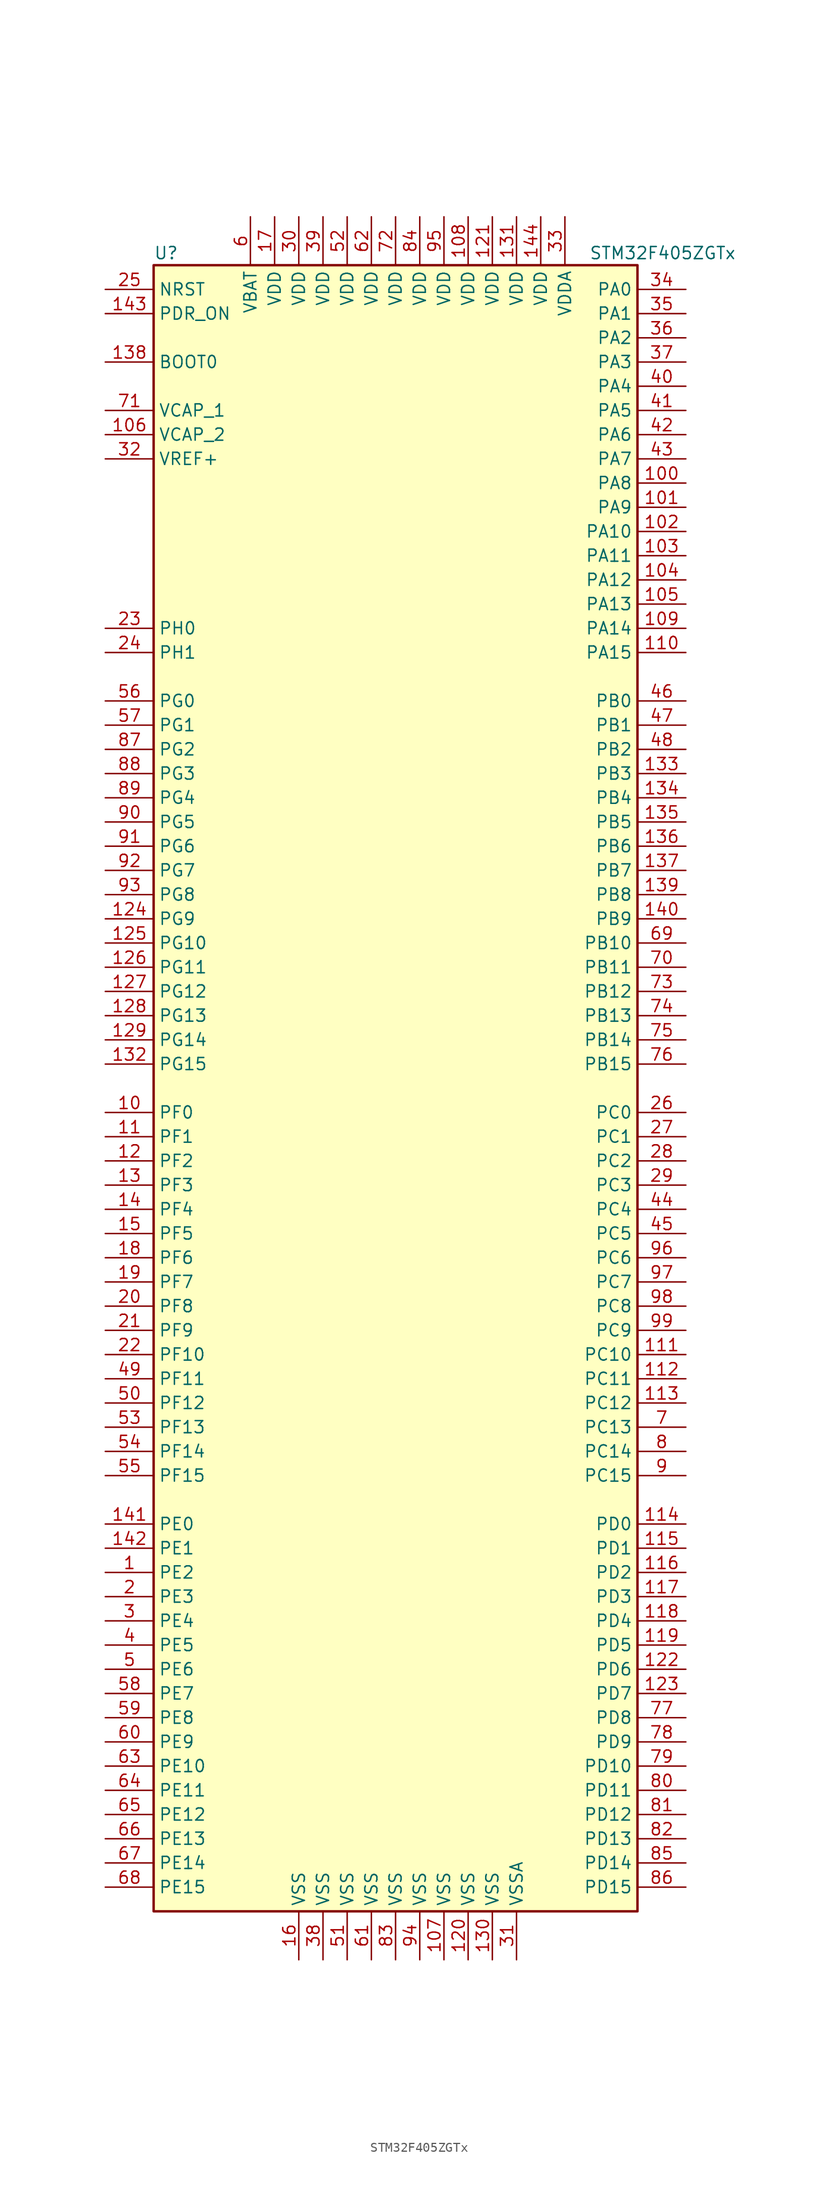
<source format=kicad_sym>
(kicad_symbol_lib
  (version 20220914)
  (generator kicad_symbol_editor)
  (symbol "STM32F405ZGTx"
    (property "Reference" "U"
      (at -25.4 87.63 0)
      (effects (font (size 1.27 1.27)) (justify left)))
    (property "Value" "STM32F405ZGTx"
      (at 20.32 87.63 0)
      (effects (font (size 1.27 1.27)) (justify left)))
    (symbol "STM32F405ZGTx_0_1"
      (rectangle (start -25.4 -86.36) (end 25.4 86.36) (stroke (width 0.254) (type default)) (fill (type background))))
    (symbol "STM32F405ZGTx_1_1"
      (pin bidirectional line (at -30.48 -50.8 0) (length 5.08) (name "PE2" (effects (font (size 1.27 1.27)))) (number "1" (effects (font (size 1.27 1.27)))))
      (pin bidirectional line (at -30.48 -2.54 0) (length 5.08) (name "PF0" (effects (font (size 1.27 1.27)))) (number "10" (effects (font (size 1.27 1.27)))))
      (pin bidirectional line (at 30.48 63.5 180) (length 5.08) (name "PA8" (effects (font (size 1.27 1.27)))) (number "100" (effects (font (size 1.27 1.27)))))
      (pin bidirectional line (at 30.48 60.96 180) (length 5.08) (name "PA9" (effects (font (size 1.27 1.27)))) (number "101" (effects (font (size 1.27 1.27)))))
      (pin bidirectional line (at 30.48 58.42 180) (length 5.08) (name "PA10" (effects (font (size 1.27 1.27)))) (number "102" (effects (font (size 1.27 1.27)))))
      (pin bidirectional line (at 30.48 55.88 180) (length 5.08) (name "PA11" (effects (font (size 1.27 1.27)))) (number "103" (effects (font (size 1.27 1.27)))))
      (pin bidirectional line (at 30.48 53.34 180) (length 5.08) (name "PA12" (effects (font (size 1.27 1.27)))) (number "104" (effects (font (size 1.27 1.27)))))
      (pin bidirectional line (at 30.48 50.8 180) (length 5.08) (name "PA13" (effects (font (size 1.27 1.27)))) (number "105" (effects (font (size 1.27 1.27)))))
      (pin power_in line (at -30.48 68.58 0) (length 5.08) (name "VCAP_2" (effects (font (size 1.27 1.27)))) (number "106" (effects (font (size 1.27 1.27)))))
      (pin power_in line (at 5.08 -91.44 90) (length 5.08) (name "VSS" (effects (font (size 1.27 1.27)))) (number "107" (effects (font (size 1.27 1.27)))))
      (pin power_in line (at 7.62 91.44 270) (length 5.08) (name "VDD" (effects (font (size 1.27 1.27)))) (number "108" (effects (font (size 1.27 1.27)))))
      (pin bidirectional line (at 30.48 48.26 180) (length 5.08) (name "PA14" (effects (font (size 1.27 1.27)))) (number "109" (effects (font (size 1.27 1.27)))))
      (pin bidirectional line (at -30.48 -5.08 0) (length 5.08) (name "PF1" (effects (font (size 1.27 1.27)))) (number "11" (effects (font (size 1.27 1.27)))))
      (pin bidirectional line (at 30.48 45.72 180) (length 5.08) (name "PA15" (effects (font (size 1.27 1.27)))) (number "110" (effects (font (size 1.27 1.27)))))
      (pin bidirectional line (at 30.48 -27.94 180) (length 5.08) (name "PC10" (effects (font (size 1.27 1.27)))) (number "111" (effects (font (size 1.27 1.27)))))
      (pin bidirectional line (at 30.48 -30.48 180) (length 5.08) (name "PC11" (effects (font (size 1.27 1.27)))) (number "112" (effects (font (size 1.27 1.27)))))
      (pin bidirectional line (at 30.48 -33.02 180) (length 5.08) (name "PC12" (effects (font (size 1.27 1.27)))) (number "113" (effects (font (size 1.27 1.27)))))
      (pin bidirectional line (at 30.48 -45.72 180) (length 5.08) (name "PD0" (effects (font (size 1.27 1.27)))) (number "114" (effects (font (size 1.27 1.27)))))
      (pin bidirectional line (at 30.48 -48.26 180) (length 5.08) (name "PD1" (effects (font (size 1.27 1.27)))) (number "115" (effects (font (size 1.27 1.27)))))
      (pin bidirectional line (at 30.48 -50.8 180) (length 5.08) (name "PD2" (effects (font (size 1.27 1.27)))) (number "116" (effects (font (size 1.27 1.27)))))
      (pin bidirectional line (at 30.48 -53.34 180) (length 5.08) (name "PD3" (effects (font (size 1.27 1.27)))) (number "117" (effects (font (size 1.27 1.27)))))
      (pin bidirectional line (at 30.48 -55.88 180) (length 5.08) (name "PD4" (effects (font (size 1.27 1.27)))) (number "118" (effects (font (size 1.27 1.27)))))
      (pin bidirectional line (at 30.48 -58.42 180) (length 5.08) (name "PD5" (effects (font (size 1.27 1.27)))) (number "119" (effects (font (size 1.27 1.27)))))
      (pin bidirectional line (at -30.48 -7.62 0) (length 5.08) (name "PF2" (effects (font (size 1.27 1.27)))) (number "12" (effects (font (size 1.27 1.27)))))
      (pin power_in line (at 7.62 -91.44 90) (length 5.08) (name "VSS" (effects (font (size 1.27 1.27)))) (number "120" (effects (font (size 1.27 1.27)))))
      (pin power_in line (at 10.16 91.44 270) (length 5.08) (name "VDD" (effects (font (size 1.27 1.27)))) (number "121" (effects (font (size 1.27 1.27)))))
      (pin bidirectional line (at 30.48 -60.96 180) (length 5.08) (name "PD6" (effects (font (size 1.27 1.27)))) (number "122" (effects (font (size 1.27 1.27)))))
      (pin bidirectional line (at 30.48 -63.5 180) (length 5.08) (name "PD7" (effects (font (size 1.27 1.27)))) (number "123" (effects (font (size 1.27 1.27)))))
      (pin bidirectional line (at -30.48 17.78 0) (length 5.08) (name "PG9" (effects (font (size 1.27 1.27)))) (number "124" (effects (font (size 1.27 1.27)))))
      (pin bidirectional line (at -30.48 15.24 0) (length 5.08) (name "PG10" (effects (font (size 1.27 1.27)))) (number "125" (effects (font (size 1.27 1.27)))))
      (pin bidirectional line (at -30.48 12.7 0) (length 5.08) (name "PG11" (effects (font (size 1.27 1.27)))) (number "126" (effects (font (size 1.27 1.27)))))
      (pin bidirectional line (at -30.48 10.16 0) (length 5.08) (name "PG12" (effects (font (size 1.27 1.27)))) (number "127" (effects (font (size 1.27 1.27)))))
      (pin bidirectional line (at -30.48 7.62 0) (length 5.08) (name "PG13" (effects (font (size 1.27 1.27)))) (number "128" (effects (font (size 1.27 1.27)))))
      (pin bidirectional line (at -30.48 5.08 0) (length 5.08) (name "PG14" (effects (font (size 1.27 1.27)))) (number "129" (effects (font (size 1.27 1.27)))))
      (pin bidirectional line (at -30.48 -10.16 0) (length 5.08) (name "PF3" (effects (font (size 1.27 1.27)))) (number "13" (effects (font (size 1.27 1.27)))))
      (pin power_in line (at 10.16 -91.44 90) (length 5.08) (name "VSS" (effects (font (size 1.27 1.27)))) (number "130" (effects (font (size 1.27 1.27)))))
      (pin power_in line (at 12.7 91.44 270) (length 5.08) (name "VDD" (effects (font (size 1.27 1.27)))) (number "131" (effects (font (size 1.27 1.27)))))
      (pin bidirectional line (at -30.48 2.54 0) (length 5.08) (name "PG15" (effects (font (size 1.27 1.27)))) (number "132" (effects (font (size 1.27 1.27)))))
      (pin bidirectional line (at 30.48 33.02 180) (length 5.08) (name "PB3" (effects (font (size 1.27 1.27)))) (number "133" (effects (font (size 1.27 1.27)))))
      (pin bidirectional line (at 30.48 30.48 180) (length 5.08) (name "PB4" (effects (font (size 1.27 1.27)))) (number "134" (effects (font (size 1.27 1.27)))))
      (pin bidirectional line (at 30.48 27.94 180) (length 5.08) (name "PB5" (effects (font (size 1.27 1.27)))) (number "135" (effects (font (size 1.27 1.27)))))
      (pin bidirectional line (at 30.48 25.4 180) (length 5.08) (name "PB6" (effects (font (size 1.27 1.27)))) (number "136" (effects (font (size 1.27 1.27)))))
      (pin bidirectional line (at 30.48 22.86 180) (length 5.08) (name "PB7" (effects (font (size 1.27 1.27)))) (number "137" (effects (font (size 1.27 1.27)))))
      (pin input line (at -30.48 76.2 0) (length 5.08) (name "BOOT0" (effects (font (size 1.27 1.27)))) (number "138" (effects (font (size 1.27 1.27)))))
      (pin bidirectional line (at 30.48 20.32 180) (length 5.08) (name "PB8" (effects (font (size 1.27 1.27)))) (number "139" (effects (font (size 1.27 1.27)))))
      (pin bidirectional line (at -30.48 -12.7 0) (length 5.08) (name "PF4" (effects (font (size 1.27 1.27)))) (number "14" (effects (font (size 1.27 1.27)))))
      (pin bidirectional line (at 30.48 17.78 180) (length 5.08) (name "PB9" (effects (font (size 1.27 1.27)))) (number "140" (effects (font (size 1.27 1.27)))))
      (pin bidirectional line (at -30.48 -45.72 0) (length 5.08) (name "PE0" (effects (font (size 1.27 1.27)))) (number "141" (effects (font (size 1.27 1.27)))))
      (pin bidirectional line (at -30.48 -48.26 0) (length 5.08) (name "PE1" (effects (font (size 1.27 1.27)))) (number "142" (effects (font (size 1.27 1.27)))))
      (pin input line (at -30.48 81.28 0) (length 5.08) (name "PDR_ON" (effects (font (size 1.27 1.27)))) (number "143" (effects (font (size 1.27 1.27)))))
      (pin power_in line (at 15.24 91.44 270) (length 5.08) (name "VDD" (effects (font (size 1.27 1.27)))) (number "144" (effects (font (size 1.27 1.27)))))
      (pin bidirectional line (at -30.48 -15.24 0) (length 5.08) (name "PF5" (effects (font (size 1.27 1.27)))) (number "15" (effects (font (size 1.27 1.27)))))
      (pin power_in line (at -10.16 -91.44 90) (length 5.08) (name "VSS" (effects (font (size 1.27 1.27)))) (number "16" (effects (font (size 1.27 1.27)))))
      (pin power_in line (at -12.7 91.44 270) (length 5.08) (name "VDD" (effects (font (size 1.27 1.27)))) (number "17" (effects (font (size 1.27 1.27)))))
      (pin bidirectional line (at -30.48 -17.78 0) (length 5.08) (name "PF6" (effects (font (size 1.27 1.27)))) (number "18" (effects (font (size 1.27 1.27)))))
      (pin bidirectional line (at -30.48 -20.32 0) (length 5.08) (name "PF7" (effects (font (size 1.27 1.27)))) (number "19" (effects (font (size 1.27 1.27)))))
      (pin bidirectional line (at -30.48 -53.34 0) (length 5.08) (name "PE3" (effects (font (size 1.27 1.27)))) (number "2" (effects (font (size 1.27 1.27)))))
      (pin bidirectional line (at -30.48 -22.86 0) (length 5.08) (name "PF8" (effects (font (size 1.27 1.27)))) (number "20" (effects (font (size 1.27 1.27)))))
      (pin bidirectional line (at -30.48 -25.4 0) (length 5.08) (name "PF9" (effects (font (size 1.27 1.27)))) (number "21" (effects (font (size 1.27 1.27)))))
      (pin bidirectional line (at -30.48 -27.94 0) (length 5.08) (name "PF10" (effects (font (size 1.27 1.27)))) (number "22" (effects (font (size 1.27 1.27)))))
      (pin input line (at -30.48 48.26 0) (length 5.08) (name "PH0" (effects (font (size 1.27 1.27)))) (number "23" (effects (font (size 1.27 1.27)))))
      (pin input line (at -30.48 45.72 0) (length 5.08) (name "PH1" (effects (font (size 1.27 1.27)))) (number "24" (effects (font (size 1.27 1.27)))))
      (pin input line (at -30.48 83.82 0) (length 5.08) (name "NRST" (effects (font (size 1.27 1.27)))) (number "25" (effects (font (size 1.27 1.27)))))
      (pin bidirectional line (at 30.48 -2.54 180) (length 5.08) (name "PC0" (effects (font (size 1.27 1.27)))) (number "26" (effects (font (size 1.27 1.27)))))
      (pin bidirectional line (at 30.48 -5.08 180) (length 5.08) (name "PC1" (effects (font (size 1.27 1.27)))) (number "27" (effects (font (size 1.27 1.27)))))
      (pin bidirectional line (at 30.48 -7.62 180) (length 5.08) (name "PC2" (effects (font (size 1.27 1.27)))) (number "28" (effects (font (size 1.27 1.27)))))
      (pin bidirectional line (at 30.48 -10.16 180) (length 5.08) (name "PC3" (effects (font (size 1.27 1.27)))) (number "29" (effects (font (size 1.27 1.27)))))
      (pin bidirectional line (at -30.48 -55.88 0) (length 5.08) (name "PE4" (effects (font (size 1.27 1.27)))) (number "3" (effects (font (size 1.27 1.27)))))
      (pin power_in line (at -10.16 91.44 270) (length 5.08) (name "VDD" (effects (font (size 1.27 1.27)))) (number "30" (effects (font (size 1.27 1.27)))))
      (pin power_in line (at 12.7 -91.44 90) (length 5.08) (name "VSSA" (effects (font (size 1.27 1.27)))) (number "31" (effects (font (size 1.27 1.27)))))
      (pin power_in line (at -30.48 66.04 0) (length 5.08) (name "VREF+" (effects (font (size 1.27 1.27)))) (number "32" (effects (font (size 1.27 1.27)))))
      (pin power_in line (at 17.78 91.44 270) (length 5.08) (name "VDDA" (effects (font (size 1.27 1.27)))) (number "33" (effects (font (size 1.27 1.27)))))
      (pin bidirectional line (at 30.48 83.82 180) (length 5.08) (name "PA0" (effects (font (size 1.27 1.27)))) (number "34" (effects (font (size 1.27 1.27)))))
      (pin bidirectional line (at 30.48 81.28 180) (length 5.08) (name "PA1" (effects (font (size 1.27 1.27)))) (number "35" (effects (font (size 1.27 1.27)))))
      (pin bidirectional line (at 30.48 78.74 180) (length 5.08) (name "PA2" (effects (font (size 1.27 1.27)))) (number "36" (effects (font (size 1.27 1.27)))))
      (pin bidirectional line (at 30.48 76.2 180) (length 5.08) (name "PA3" (effects (font (size 1.27 1.27)))) (number "37" (effects (font (size 1.27 1.27)))))
      (pin power_in line (at -7.62 -91.44 90) (length 5.08) (name "VSS" (effects (font (size 1.27 1.27)))) (number "38" (effects (font (size 1.27 1.27)))))
      (pin power_in line (at -7.62 91.44 270) (length 5.08) (name "VDD" (effects (font (size 1.27 1.27)))) (number "39" (effects (font (size 1.27 1.27)))))
      (pin bidirectional line (at -30.48 -58.42 0) (length 5.08) (name "PE5" (effects (font (size 1.27 1.27)))) (number "4" (effects (font (size 1.27 1.27)))))
      (pin bidirectional line (at 30.48 73.66 180) (length 5.08) (name "PA4" (effects (font (size 1.27 1.27)))) (number "40" (effects (font (size 1.27 1.27)))))
      (pin bidirectional line (at 30.48 71.12 180) (length 5.08) (name "PA5" (effects (font (size 1.27 1.27)))) (number "41" (effects (font (size 1.27 1.27)))))
      (pin bidirectional line (at 30.48 68.58 180) (length 5.08) (name "PA6" (effects (font (size 1.27 1.27)))) (number "42" (effects (font (size 1.27 1.27)))))
      (pin bidirectional line (at 30.48 66.04 180) (length 5.08) (name "PA7" (effects (font (size 1.27 1.27)))) (number "43" (effects (font (size 1.27 1.27)))))
      (pin bidirectional line (at 30.48 -12.7 180) (length 5.08) (name "PC4" (effects (font (size 1.27 1.27)))) (number "44" (effects (font (size 1.27 1.27)))))
      (pin bidirectional line (at 30.48 -15.24 180) (length 5.08) (name "PC5" (effects (font (size 1.27 1.27)))) (number "45" (effects (font (size 1.27 1.27)))))
      (pin bidirectional line (at 30.48 40.64 180) (length 5.08) (name "PB0" (effects (font (size 1.27 1.27)))) (number "46" (effects (font (size 1.27 1.27)))))
      (pin bidirectional line (at 30.48 38.1 180) (length 5.08) (name "PB1" (effects (font (size 1.27 1.27)))) (number "47" (effects (font (size 1.27 1.27)))))
      (pin bidirectional line (at 30.48 35.56 180) (length 5.08) (name "PB2" (effects (font (size 1.27 1.27)))) (number "48" (effects (font (size 1.27 1.27)))))
      (pin bidirectional line (at -30.48 -30.48 0) (length 5.08) (name "PF11" (effects (font (size 1.27 1.27)))) (number "49" (effects (font (size 1.27 1.27)))))
      (pin bidirectional line (at -30.48 -60.96 0) (length 5.08) (name "PE6" (effects (font (size 1.27 1.27)))) (number "5" (effects (font (size 1.27 1.27)))))
      (pin bidirectional line (at -30.48 -33.02 0) (length 5.08) (name "PF12" (effects (font (size 1.27 1.27)))) (number "50" (effects (font (size 1.27 1.27)))))
      (pin power_in line (at -5.08 -91.44 90) (length 5.08) (name "VSS" (effects (font (size 1.27 1.27)))) (number "51" (effects (font (size 1.27 1.27)))))
      (pin power_in line (at -5.08 91.44 270) (length 5.08) (name "VDD" (effects (font (size 1.27 1.27)))) (number "52" (effects (font (size 1.27 1.27)))))
      (pin bidirectional line (at -30.48 -35.56 0) (length 5.08) (name "PF13" (effects (font (size 1.27 1.27)))) (number "53" (effects (font (size 1.27 1.27)))))
      (pin bidirectional line (at -30.48 -38.1 0) (length 5.08) (name "PF14" (effects (font (size 1.27 1.27)))) (number "54" (effects (font (size 1.27 1.27)))))
      (pin bidirectional line (at -30.48 -40.64 0) (length 5.08) (name "PF15" (effects (font (size 1.27 1.27)))) (number "55" (effects (font (size 1.27 1.27)))))
      (pin bidirectional line (at -30.48 40.64 0) (length 5.08) (name "PG0" (effects (font (size 1.27 1.27)))) (number "56" (effects (font (size 1.27 1.27)))))
      (pin bidirectional line (at -30.48 38.1 0) (length 5.08) (name "PG1" (effects (font (size 1.27 1.27)))) (number "57" (effects (font (size 1.27 1.27)))))
      (pin bidirectional line (at -30.48 -63.5 0) (length 5.08) (name "PE7" (effects (font (size 1.27 1.27)))) (number "58" (effects (font (size 1.27 1.27)))))
      (pin bidirectional line (at -30.48 -66.04 0) (length 5.08) (name "PE8" (effects (font (size 1.27 1.27)))) (number "59" (effects (font (size 1.27 1.27)))))
      (pin power_in line (at -15.24 91.44 270) (length 5.08) (name "VBAT" (effects (font (size 1.27 1.27)))) (number "6" (effects (font (size 1.27 1.27)))))
      (pin bidirectional line (at -30.48 -68.58 0) (length 5.08) (name "PE9" (effects (font (size 1.27 1.27)))) (number "60" (effects (font (size 1.27 1.27)))))
      (pin power_in line (at -2.54 -91.44 90) (length 5.08) (name "VSS" (effects (font (size 1.27 1.27)))) (number "61" (effects (font (size 1.27 1.27)))))
      (pin power_in line (at -2.54 91.44 270) (length 5.08) (name "VDD" (effects (font (size 1.27 1.27)))) (number "62" (effects (font (size 1.27 1.27)))))
      (pin bidirectional line (at -30.48 -71.12 0) (length 5.08) (name "PE10" (effects (font (size 1.27 1.27)))) (number "63" (effects (font (size 1.27 1.27)))))
      (pin bidirectional line (at -30.48 -73.66 0) (length 5.08) (name "PE11" (effects (font (size 1.27 1.27)))) (number "64" (effects (font (size 1.27 1.27)))))
      (pin bidirectional line (at -30.48 -76.2 0) (length 5.08) (name "PE12" (effects (font (size 1.27 1.27)))) (number "65" (effects (font (size 1.27 1.27)))))
      (pin bidirectional line (at -30.48 -78.74 0) (length 5.08) (name "PE13" (effects (font (size 1.27 1.27)))) (number "66" (effects (font (size 1.27 1.27)))))
      (pin bidirectional line (at -30.48 -81.28 0) (length 5.08) (name "PE14" (effects (font (size 1.27 1.27)))) (number "67" (effects (font (size 1.27 1.27)))))
      (pin bidirectional line (at -30.48 -83.82 0) (length 5.08) (name "PE15" (effects (font (size 1.27 1.27)))) (number "68" (effects (font (size 1.27 1.27)))))
      (pin bidirectional line (at 30.48 15.24 180) (length 5.08) (name "PB10" (effects (font (size 1.27 1.27)))) (number "69" (effects (font (size 1.27 1.27)))))
      (pin bidirectional line (at 30.48 -35.56 180) (length 5.08) (name "PC13" (effects (font (size 1.27 1.27)))) (number "7" (effects (font (size 1.27 1.27)))))
      (pin bidirectional line (at 30.48 12.7 180) (length 5.08) (name "PB11" (effects (font (size 1.27 1.27)))) (number "70" (effects (font (size 1.27 1.27)))))
      (pin power_in line (at -30.48 71.12 0) (length 5.08) (name "VCAP_1" (effects (font (size 1.27 1.27)))) (number "71" (effects (font (size 1.27 1.27)))))
      (pin power_in line (at 0 91.44 270) (length 5.08) (name "VDD" (effects (font (size 1.27 1.27)))) (number "72" (effects (font (size 1.27 1.27)))))
      (pin bidirectional line (at 30.48 10.16 180) (length 5.08) (name "PB12" (effects (font (size 1.27 1.27)))) (number "73" (effects (font (size 1.27 1.27)))))
      (pin bidirectional line (at 30.48 7.62 180) (length 5.08) (name "PB13" (effects (font (size 1.27 1.27)))) (number "74" (effects (font (size 1.27 1.27)))))
      (pin bidirectional line (at 30.48 5.08 180) (length 5.08) (name "PB14" (effects (font (size 1.27 1.27)))) (number "75" (effects (font (size 1.27 1.27)))))
      (pin bidirectional line (at 30.48 2.54 180) (length 5.08) (name "PB15" (effects (font (size 1.27 1.27)))) (number "76" (effects (font (size 1.27 1.27)))))
      (pin bidirectional line (at 30.48 -66.04 180) (length 5.08) (name "PD8" (effects (font (size 1.27 1.27)))) (number "77" (effects (font (size 1.27 1.27)))))
      (pin bidirectional line (at 30.48 -68.58 180) (length 5.08) (name "PD9" (effects (font (size 1.27 1.27)))) (number "78" (effects (font (size 1.27 1.27)))))
      (pin bidirectional line (at 30.48 -71.12 180) (length 5.08) (name "PD10" (effects (font (size 1.27 1.27)))) (number "79" (effects (font (size 1.27 1.27)))))
      (pin bidirectional line (at 30.48 -38.1 180) (length 5.08) (name "PC14" (effects (font (size 1.27 1.27)))) (number "8" (effects (font (size 1.27 1.27)))))
      (pin bidirectional line (at 30.48 -73.66 180) (length 5.08) (name "PD11" (effects (font (size 1.27 1.27)))) (number "80" (effects (font (size 1.27 1.27)))))
      (pin bidirectional line (at 30.48 -76.2 180) (length 5.08) (name "PD12" (effects (font (size 1.27 1.27)))) (number "81" (effects (font (size 1.27 1.27)))))
      (pin bidirectional line (at 30.48 -78.74 180) (length 5.08) (name "PD13" (effects (font (size 1.27 1.27)))) (number "82" (effects (font (size 1.27 1.27)))))
      (pin power_in line (at 0 -91.44 90) (length 5.08) (name "VSS" (effects (font (size 1.27 1.27)))) (number "83" (effects (font (size 1.27 1.27)))))
      (pin power_in line (at 2.54 91.44 270) (length 5.08) (name "VDD" (effects (font (size 1.27 1.27)))) (number "84" (effects (font (size 1.27 1.27)))))
      (pin bidirectional line (at 30.48 -81.28 180) (length 5.08) (name "PD14" (effects (font (size 1.27 1.27)))) (number "85" (effects (font (size 1.27 1.27)))))
      (pin bidirectional line (at 30.48 -83.82 180) (length 5.08) (name "PD15" (effects (font (size 1.27 1.27)))) (number "86" (effects (font (size 1.27 1.27)))))
      (pin bidirectional line (at -30.48 35.56 0) (length 5.08) (name "PG2" (effects (font (size 1.27 1.27)))) (number "87" (effects (font (size 1.27 1.27)))))
      (pin bidirectional line (at -30.48 33.02 0) (length 5.08) (name "PG3" (effects (font (size 1.27 1.27)))) (number "88" (effects (font (size 1.27 1.27)))))
      (pin bidirectional line (at -30.48 30.48 0) (length 5.08) (name "PG4" (effects (font (size 1.27 1.27)))) (number "89" (effects (font (size 1.27 1.27)))))
      (pin bidirectional line (at 30.48 -40.64 180) (length 5.08) (name "PC15" (effects (font (size 1.27 1.27)))) (number "9" (effects (font (size 1.27 1.27)))))
      (pin bidirectional line (at -30.48 27.94 0) (length 5.08) (name "PG5" (effects (font (size 1.27 1.27)))) (number "90" (effects (font (size 1.27 1.27)))))
      (pin bidirectional line (at -30.48 25.4 0) (length 5.08) (name "PG6" (effects (font (size 1.27 1.27)))) (number "91" (effects (font (size 1.27 1.27)))))
      (pin bidirectional line (at -30.48 22.86 0) (length 5.08) (name "PG7" (effects (font (size 1.27 1.27)))) (number "92" (effects (font (size 1.27 1.27)))))
      (pin bidirectional line (at -30.48 20.32 0) (length 5.08) (name "PG8" (effects (font (size 1.27 1.27)))) (number "93" (effects (font (size 1.27 1.27)))))
      (pin power_in line (at 2.54 -91.44 90) (length 5.08) (name "VSS" (effects (font (size 1.27 1.27)))) (number "94" (effects (font (size 1.27 1.27)))))
      (pin power_in line (at 5.08 91.44 270) (length 5.08) (name "VDD" (effects (font (size 1.27 1.27)))) (number "95" (effects (font (size 1.27 1.27)))))
      (pin bidirectional line (at 30.48 -17.78 180) (length 5.08) (name "PC6" (effects (font (size 1.27 1.27)))) (number "96" (effects (font (size 1.27 1.27)))))
      (pin bidirectional line (at 30.48 -20.32 180) (length 5.08) (name "PC7" (effects (font (size 1.27 1.27)))) (number "97" (effects (font (size 1.27 1.27)))))
      (pin bidirectional line (at 30.48 -22.86 180) (length 5.08) (name "PC8" (effects (font (size 1.27 1.27)))) (number "98" (effects (font (size 1.27 1.27)))))
      (pin bidirectional line (at 30.48 -25.4 180) (length 5.08) (name "PC9" (effects (font (size 1.27 1.27)))) (number "99" (effects (font (size 1.27 1.27))))))))
</source>
